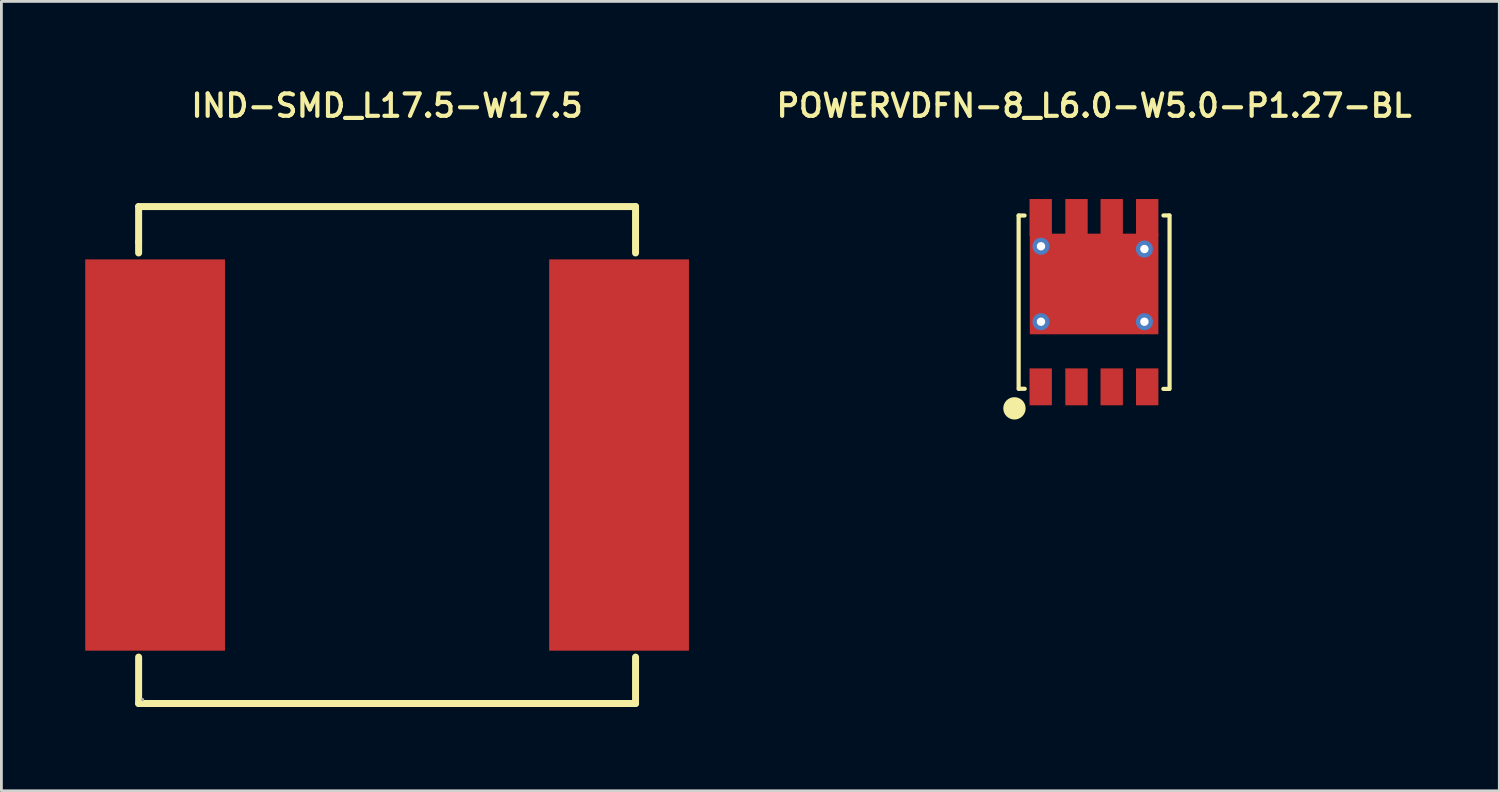
<source format=kicad_pcb>
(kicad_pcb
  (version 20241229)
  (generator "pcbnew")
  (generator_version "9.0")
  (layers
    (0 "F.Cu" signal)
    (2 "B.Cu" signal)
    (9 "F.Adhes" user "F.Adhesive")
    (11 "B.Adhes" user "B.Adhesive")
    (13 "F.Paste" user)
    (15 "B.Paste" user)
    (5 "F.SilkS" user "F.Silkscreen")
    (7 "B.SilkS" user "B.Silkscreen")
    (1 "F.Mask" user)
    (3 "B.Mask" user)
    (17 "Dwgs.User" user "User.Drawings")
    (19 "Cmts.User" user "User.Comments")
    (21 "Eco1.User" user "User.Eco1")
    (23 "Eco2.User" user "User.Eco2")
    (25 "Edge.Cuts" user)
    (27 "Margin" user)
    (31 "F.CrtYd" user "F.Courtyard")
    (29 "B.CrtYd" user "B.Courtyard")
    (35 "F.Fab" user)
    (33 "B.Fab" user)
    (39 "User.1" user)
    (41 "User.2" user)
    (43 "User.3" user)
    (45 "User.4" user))
  (footprint "IND-SMD_L17.5-W17.5"
    (layer "F.Cu")
    (at 10.8 13.231)
    (property "Reference" "IND-SMD_L17.5-W17.5" (at 0 -12.5 0) (layer "F.SilkS") (effects (font (size 0.8 0.8) (thickness 0.15))))
    (attr through_hole)
    (fp_line (start -8.89 -8.89) (end -8.89 -7.62) (stroke (width 0.25) (type solid)) (layer "F.SilkS"))
    (fp_line (start -8.89 -7.62) (end -8.89 -7.23) (stroke (width 0.25) (type solid)) (layer "F.SilkS"))
    (fp_line (start -8.89 7.23) (end -8.89 8.89) (stroke (width 0.25) (type solid)) (layer "F.SilkS"))
    (fp_line (start -8.89 8.89) (end 8.89 8.89) (stroke (width 0.25) (type solid)) (layer "F.SilkS"))
    (fp_line (start 8.89 -8.89) (end -8.89 -8.89) (stroke (width 0.25) (type solid)) (layer "F.SilkS"))
    (fp_line (start 8.89 -7.23) (end 8.89 -8.89) (stroke (width 0.25) (type solid)) (layer "F.SilkS"))
    (fp_line (start 8.89 8.89) (end 8.89 7.23) (stroke (width 0.25) (type solid)) (layer "F.SilkS"))
    (fp_circle (center -8.75 8.75) (end -8.72 8.75) (stroke (width 0.06) (type solid)) (fill no) (layer "F.Fab"))
    (pad "1" smd rect (at -8.3 0) (size 5 14) (layers "F.Cu" "F.Mask" "F.Paste"))
    (pad "2" smd rect (at 8.3 0) (size 5 14) (layers "F.Cu" "F.Mask" "F.Paste")))
  (footprint "POWERVDFN-8_L6.0-W5.0-P1.27-BL"
    (layer "F.Cu")
    (at 36.097 7.761)
    (property "Reference" "POWERVDFN-8_L6.0-W5.0-P1.27-BL" (at 0 -7.03 0) (layer "F.SilkS") (effects (font (size 0.8 0.8) (thickness 0.15))))
    (attr smd)
    (fp_line (start -2.7 3.1) (end -2.7 -3.1) (stroke (width 0.15) (type solid)) (layer "F.SilkS"))
    (fp_line (start -2.699 -3.1) (end -2.489 -3.1) (stroke (width 0.15) (type solid)) (layer "F.SilkS"))
    (fp_line (start -2.483 3.1) (end -2.693 3.1) (stroke (width 0.15) (type solid)) (layer "F.SilkS"))
    (fp_line (start 2.478 3.103) (end 2.688 3.103) (stroke (width 0.15) (type solid)) (layer "F.SilkS"))
    (fp_line (start 2.692 -3.102) (end 2.482 -3.102) (stroke (width 0.15) (type solid)) (layer "F.SilkS"))
    (fp_line (start 2.7 3.1) (end 2.7 -3.1) (stroke (width 0.15) (type solid)) (layer "F.SilkS"))
    (fp_circle (center -2.85 3.8) (end -2.65 3.8) (stroke (width 0.4) (type solid)) (fill no) (layer "F.SilkS"))
    (pad "1" smd rect (at -1.91 3.03) (size 0.8 1.32) (layers "F.Cu" "F.Mask" "F.Paste"))
    (pad "2" smd rect (at -0.63 3.03) (size 0.8 1.32) (layers "F.Cu" "F.Mask" "F.Paste"))
    (pad "3" smd rect (at 0.63 3.03) (size 0.8 1.32) (layers "F.Cu" "F.Mask" "F.Paste"))
    (pad "4" smd rect (at 1.9 3.03) (size 0.8 1.32) (layers "F.Cu" "F.Mask" "F.Paste"))
    (pad "5" smd rect (at 1.9 -3.03) (size 0.8 1.32) (layers "F.Cu" "F.Mask" "F.Paste"))
    (pad "6" smd rect (at 0.63 -3.03) (size 0.8 1.32) (layers "F.Cu" "F.Mask" "F.Paste"))
    (pad "7" smd rect (at -0.63 -3.03) (size 0.8 1.32) (layers "F.Cu" "F.Mask" "F.Paste"))
    (pad "8" smd rect (at -1.91 -3.03) (size 0.8 1.32) (layers "F.Cu" "F.Mask" "F.Paste"))
    (pad "9" thru_hole circle (at -1.9 -2) (size 0.61 0.61) (drill 0.3) (layers "*.Cu" "*.Paste" "*.Mask"))
    (pad "9" thru_hole circle (at -1.9 0.7) (size 0.61 0.61) (drill 0.3) (layers "*.Cu" "*.Paste" "*.Mask"))
    (pad "9" smd rect (at 0 -0.65) (size 4.6 3.6) (layers "F.Cu" "F.Mask" "F.Paste"))
    (pad "9" thru_hole circle (at 1.8 -1.9) (size 0.61 0.61) (drill 0.3) (layers "*.Cu" "*.Paste" "*.Mask"))
    (pad "9" thru_hole circle (at 1.8 0.7) (size 0.61 0.61) (drill 0.3) (layers "*.Cu" "*.Paste" "*.Mask")))
  (gr_rect
    (start -3 -3)
    (end 50.595 25.246)
    (stroke (width 0.1) (type default))
    (fill no)
    (layer "Edge.Cuts")))
</source>
